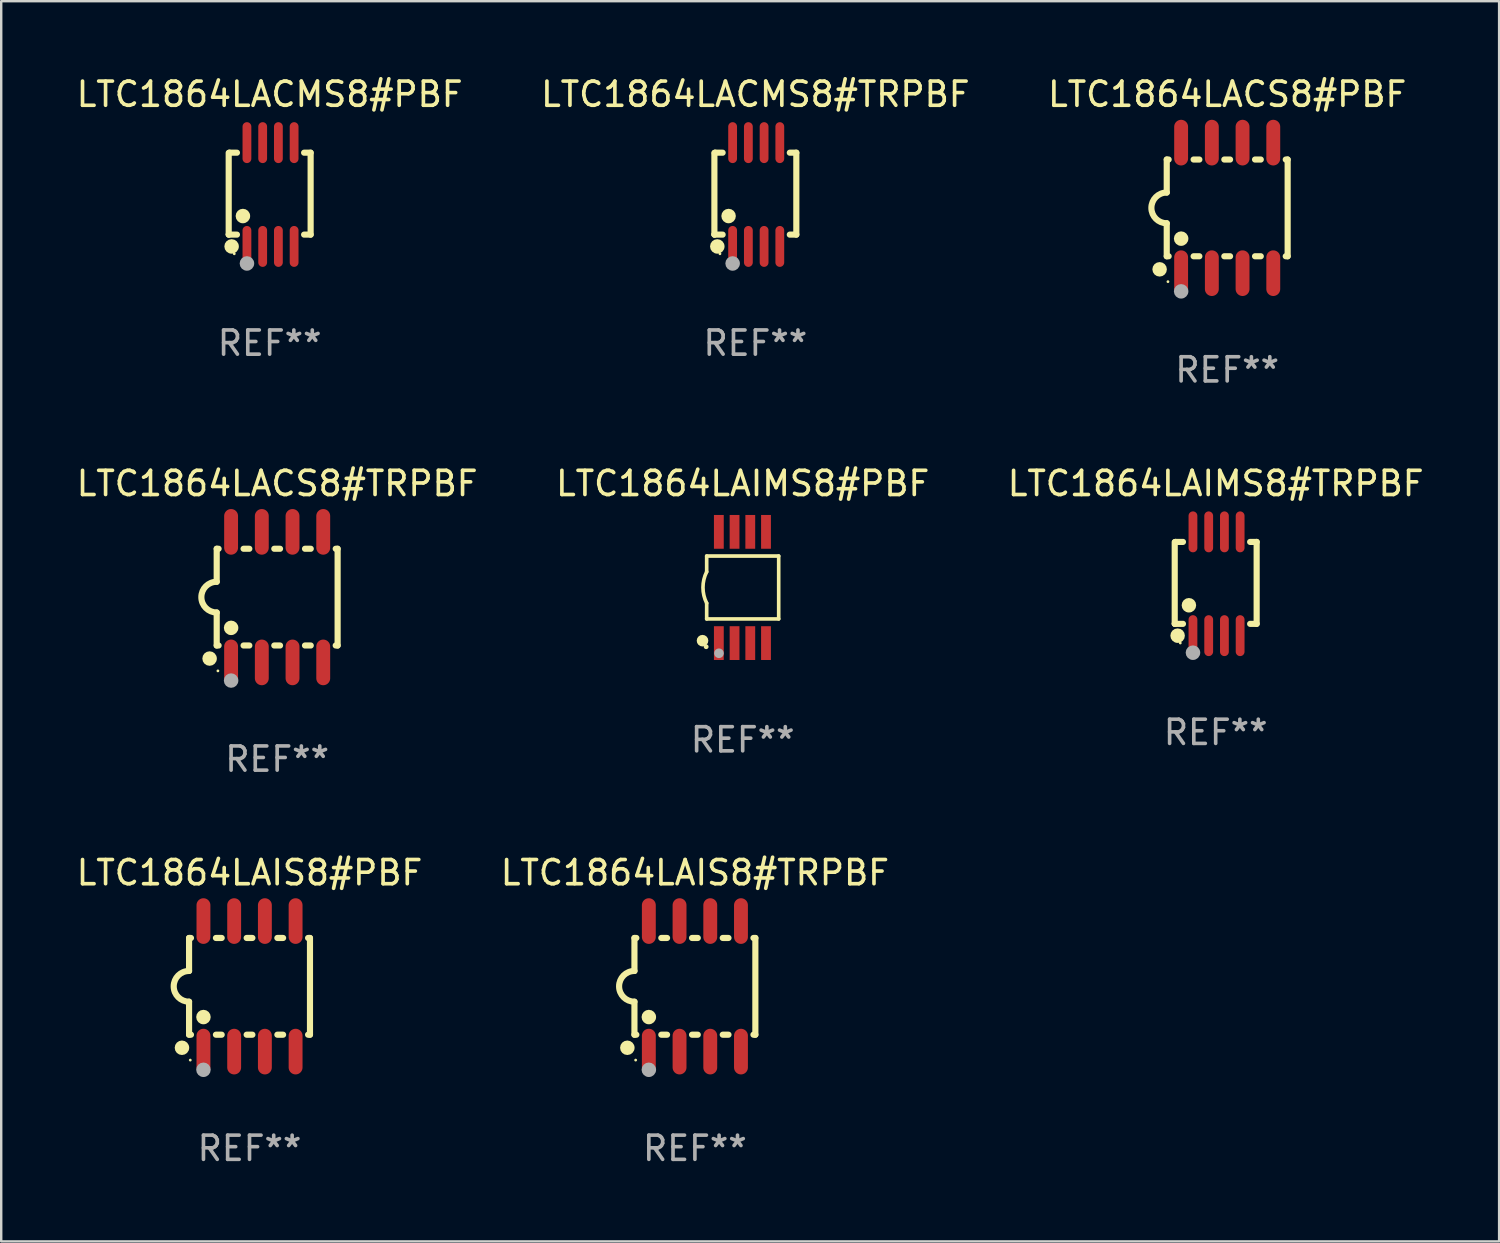
<source format=kicad_pcb>
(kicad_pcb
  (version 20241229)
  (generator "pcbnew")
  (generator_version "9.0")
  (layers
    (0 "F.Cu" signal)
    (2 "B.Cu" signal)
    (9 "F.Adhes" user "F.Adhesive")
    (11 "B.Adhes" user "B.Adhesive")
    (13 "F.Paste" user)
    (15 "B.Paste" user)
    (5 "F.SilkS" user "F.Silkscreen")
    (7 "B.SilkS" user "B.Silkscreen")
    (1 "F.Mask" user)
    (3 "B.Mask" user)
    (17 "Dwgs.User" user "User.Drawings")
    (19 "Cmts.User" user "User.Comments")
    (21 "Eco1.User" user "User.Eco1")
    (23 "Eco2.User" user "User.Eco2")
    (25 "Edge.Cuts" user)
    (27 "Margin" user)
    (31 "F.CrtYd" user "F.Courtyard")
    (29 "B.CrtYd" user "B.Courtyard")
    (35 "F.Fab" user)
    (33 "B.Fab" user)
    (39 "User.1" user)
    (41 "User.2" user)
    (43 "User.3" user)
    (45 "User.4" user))
  (footprint "LTC1864LAIMS8#PBF"
    (layer "F.Cu")
    (at 27.661 21.243)
    (property "Reference" "LTC1864LAIMS8#PBF" (at 0 -4.3 0) (layer "F.SilkS") (effects (font (size 1 1) (thickness 0.15))))
    (attr through_hole)
    (fp_line (start -1.489 -1.3) (end -1.489 -0.648) (stroke (width 0.15) (type solid)) (layer "F.SilkS"))
    (fp_line (start -1.489 0.648) (end -1.489 1.3) (stroke (width 0.15) (type solid)) (layer "F.SilkS"))
    (fp_line (start -1.489 1.3) (end 1.489 1.3) (stroke (width 0.15) (type solid)) (layer "F.SilkS"))
    (fp_line (start 1.489 -1.3) (end -1.489 -1.3) (stroke (width 0.15) (type solid)) (layer "F.SilkS"))
    (fp_line (start 1.489 1.3) (end 1.489 -1.3) (stroke (width 0.15) (type solid)) (layer "F.SilkS"))
    (fp_arc (start -1.489205 0.647702) (mid -1.642107 0) (end -1.489205 -0.647701) (stroke (width 0.150013) (type solid)) (layer "F.SilkS"))
    (fp_circle (center -1.661 2.2) (end -1.541 2.2) (stroke (width 0.24) (type solid)) (fill no) (layer "F.SilkS"))
    (fp_circle (center -1.511 2.45) (end -1.461 2.45) (stroke (width 0.1) (type solid)) (fill no) (layer "F.SilkS"))
    (fp_circle (center -0.981 2.72) (end -0.881 2.72) (stroke (width 0.2) (type solid)) (fill no) (layer "F.Fab"))
    (fp_text user "REF**" (at 0 6.3 0) (layer "F.Fab") (effects (font (size 1 1) (thickness 0.15))))
    (pad "1" smd rect (at -0.986 2.3) (size 0.406 1.397) (layers "F.Cu" "F.Mask" "F.Paste"))
    (pad "2" smd rect (at -0.336 2.3) (size 0.406 1.397) (layers "F.Cu" "F.Mask" "F.Paste"))
    (pad "3" smd rect (at 0.314 2.3) (size 0.406 1.397) (layers "F.Cu" "F.Mask" "F.Paste"))
    (pad "4" smd rect (at 0.964 2.3) (size 0.406 1.397) (layers "F.Cu" "F.Mask" "F.Paste"))
    (pad "5" smd rect (at 0.964 -2.3) (size 0.406 1.397) (layers "F.Cu" "F.Mask" "F.Paste"))
    (pad "6" smd rect (at 0.314 -2.3) (size 0.406 1.397) (layers "F.Cu" "F.Mask" "F.Paste"))
    (pad "7" smd rect (at -0.336 -2.3) (size 0.406 1.397) (layers "F.Cu" "F.Mask" "F.Paste"))
    (pad "8" smd rect (at -0.986 -2.3) (size 0.406 1.397) (layers "F.Cu" "F.Mask" "F.Paste")))
  (footprint "LTC1864LAIS8#TRPBF"
    (layer "F.Cu")
    (at 25.685 37.736)
    (property "Reference" "LTC1864LAIS8#TRPBF" (at 0 -4.699 0) (layer "F.SilkS") (effects (font (size 1 1) (thickness 0.15))))
    (attr through_hole)
    (fp_line (start -2.5 -2) (end -2.5 -0.635) (stroke (width 0.254) (type solid)) (layer "F.SilkS"))
    (fp_line (start -2.5 -2) (end -2.421 -2) (stroke (width 0.254) (type solid)) (layer "F.SilkS"))
    (fp_line (start -2.5 2) (end -2.5 0.635) (stroke (width 0.254) (type solid)) (layer "F.SilkS"))
    (fp_line (start -2.5 2) (end -2.421 2) (stroke (width 0.254) (type solid)) (layer "F.SilkS"))
    (fp_line (start -1.389 -2) (end -1.151 -2) (stroke (width 0.254) (type solid)) (layer "F.SilkS"))
    (fp_line (start -1.389 2) (end -1.151 2) (stroke (width 0.254) (type solid)) (layer "F.SilkS"))
    (fp_line (start -0.119 -2) (end 0.119 -2) (stroke (width 0.254) (type solid)) (layer "F.SilkS"))
    (fp_line (start -0.119 2) (end 0.119 2) (stroke (width 0.254) (type solid)) (layer "F.SilkS"))
    (fp_line (start 1.151 -2) (end 1.389 -2) (stroke (width 0.254) (type solid)) (layer "F.SilkS"))
    (fp_line (start 1.151 2) (end 1.389 2) (stroke (width 0.254) (type solid)) (layer "F.SilkS"))
    (fp_line (start 2.421 -2) (end 2.5 -2) (stroke (width 0.254) (type solid)) (layer "F.SilkS"))
    (fp_line (start 2.421 2) (end 2.5 2) (stroke (width 0.254) (type solid)) (layer "F.SilkS"))
    (fp_line (start 2.5 -2) (end 2.5 2) (stroke (width 0.254) (type solid)) (layer "F.SilkS"))
    (fp_arc (start -2.5 0.635001) (mid -3.134366 -0.000318) (end -2.499365 -0.635001) (stroke (width 0.254001) (type solid)) (layer "F.SilkS"))
    (fp_circle (center -2.794 2.54) (end -2.644 2.54) (stroke (width 0.3) (type solid)) (fill no) (layer "F.SilkS"))
    (fp_circle (center -2.45 3.05) (end -2.42 3.05) (stroke (width 0.06) (type solid)) (fill no) (layer "F.SilkS"))
    (fp_circle (center -1.905 1.27) (end -1.755 1.27) (stroke (width 0.3) (type solid)) (fill no) (layer "F.SilkS"))
    (fp_circle (center -1.905 3.45) (end -1.755 3.45) (stroke (width 0.3) (type solid)) (fill no) (layer "F.Fab"))
    (fp_text user "REF**" (at 0 6.699 0) (layer "F.Fab") (effects (font (size 1 1) (thickness 0.15))))
    (pad "1" smd oval (at -1.905 2.699) (size 0.574 1.888) (layers "F.Cu" "F.Mask" "F.Paste"))
    (pad "2" smd oval (at -0.635 2.699) (size 0.574 1.888) (layers "F.Cu" "F.Mask" "F.Paste"))
    (pad "3" smd oval (at 0.635 2.699) (size 0.574 1.888) (layers "F.Cu" "F.Mask" "F.Paste"))
    (pad "4" smd oval (at 1.905 2.699) (size 0.574 1.888) (layers "F.Cu" "F.Mask" "F.Paste"))
    (pad "5" smd oval (at 1.905 -2.699) (size 0.574 1.888) (layers "F.Cu" "F.Mask" "F.Paste"))
    (pad "6" smd oval (at 0.635 -2.699) (size 0.574 1.888) (layers "F.Cu" "F.Mask" "F.Paste"))
    (pad "7" smd oval (at -0.635 -2.699) (size 0.574 1.888) (layers "F.Cu" "F.Mask" "F.Paste"))
    (pad "8" smd oval (at -1.905 -2.699) (size 0.574 1.888) (layers "F.Cu" "F.Mask" "F.Paste")))
  (footprint "LTC1864LAIS8#PBF"
    (layer "F.Cu")
    (at 7.268 37.736)
    (property "Reference" "LTC1864LAIS8#PBF" (at 0 -4.699 0) (layer "F.SilkS") (effects (font (size 1 1) (thickness 0.15))))
    (attr through_hole)
    (fp_line (start -2.5 -2) (end -2.5 -0.635) (stroke (width 0.254) (type solid)) (layer "F.SilkS"))
    (fp_line (start -2.5 -2) (end -2.421 -2) (stroke (width 0.254) (type solid)) (layer "F.SilkS"))
    (fp_line (start -2.5 2) (end -2.5 0.635) (stroke (width 0.254) (type solid)) (layer "F.SilkS"))
    (fp_line (start -2.5 2) (end -2.421 2) (stroke (width 0.254) (type solid)) (layer "F.SilkS"))
    (fp_line (start -1.389 -2) (end -1.151 -2) (stroke (width 0.254) (type solid)) (layer "F.SilkS"))
    (fp_line (start -1.389 2) (end -1.151 2) (stroke (width 0.254) (type solid)) (layer "F.SilkS"))
    (fp_line (start -0.119 -2) (end 0.119 -2) (stroke (width 0.254) (type solid)) (layer "F.SilkS"))
    (fp_line (start -0.119 2) (end 0.119 2) (stroke (width 0.254) (type solid)) (layer "F.SilkS"))
    (fp_line (start 1.151 -2) (end 1.389 -2) (stroke (width 0.254) (type solid)) (layer "F.SilkS"))
    (fp_line (start 1.151 2) (end 1.389 2) (stroke (width 0.254) (type solid)) (layer "F.SilkS"))
    (fp_line (start 2.421 -2) (end 2.5 -2) (stroke (width 0.254) (type solid)) (layer "F.SilkS"))
    (fp_line (start 2.421 2) (end 2.5 2) (stroke (width 0.254) (type solid)) (layer "F.SilkS"))
    (fp_line (start 2.5 -2) (end 2.5 2) (stroke (width 0.254) (type solid)) (layer "F.SilkS"))
    (fp_arc (start -2.5 0.635001) (mid -3.134366 -0.000318) (end -2.499365 -0.635001) (stroke (width 0.254001) (type solid)) (layer "F.SilkS"))
    (fp_circle (center -2.794 2.54) (end -2.644 2.54) (stroke (width 0.3) (type solid)) (fill no) (layer "F.SilkS"))
    (fp_circle (center -2.45 3.05) (end -2.42 3.05) (stroke (width 0.06) (type solid)) (fill no) (layer "F.SilkS"))
    (fp_circle (center -1.905 1.27) (end -1.755 1.27) (stroke (width 0.3) (type solid)) (fill no) (layer "F.SilkS"))
    (fp_circle (center -1.905 3.45) (end -1.755 3.45) (stroke (width 0.3) (type solid)) (fill no) (layer "F.Fab"))
    (fp_text user "REF**" (at 0 6.699 0) (layer "F.Fab") (effects (font (size 1 1) (thickness 0.15))))
    (pad "1" smd oval (at -1.905 2.699) (size 0.574 1.888) (layers "F.Cu" "F.Mask" "F.Paste"))
    (pad "2" smd oval (at -0.635 2.699) (size 0.574 1.888) (layers "F.Cu" "F.Mask" "F.Paste"))
    (pad "3" smd oval (at 0.635 2.699) (size 0.574 1.888) (layers "F.Cu" "F.Mask" "F.Paste"))
    (pad "4" smd oval (at 1.905 2.699) (size 0.574 1.888) (layers "F.Cu" "F.Mask" "F.Paste"))
    (pad "5" smd oval (at 1.905 -2.699) (size 0.574 1.888) (layers "F.Cu" "F.Mask" "F.Paste"))
    (pad "6" smd oval (at 0.635 -2.699) (size 0.574 1.888) (layers "F.Cu" "F.Mask" "F.Paste"))
    (pad "7" smd oval (at -0.635 -2.699) (size 0.574 1.888) (layers "F.Cu" "F.Mask" "F.Paste"))
    (pad "8" smd oval (at -1.905 -2.699) (size 0.574 1.888) (layers "F.Cu" "F.Mask" "F.Paste")))
  (footprint "LTC1864LACMS8#TRPBF"
    (layer "F.Cu")
    (at 28.185 4.994)
    (property "Reference" "LTC1864LACMS8#TRPBF" (at 0 -4.146 0) (layer "F.SilkS") (effects (font (size 1 1) (thickness 0.15))))
    (attr through_hole)
    (fp_line (start -1.694 -1.724) (end -1.694 1.652) (stroke (width 0.254) (type solid)) (layer "F.SilkS"))
    (fp_line (start -1.694 1.652) (end -1.688 1.658) (stroke (width 0.254) (type solid)) (layer "F.SilkS"))
    (fp_line (start -1.688 1.658) (end -1.353 1.658) (stroke (width 0.254) (type solid)) (layer "F.SilkS"))
    (fp_line (start -1.661 -1.73) (end -1.681 -1.71) (stroke (width 0.254) (type solid)) (layer "F.SilkS"))
    (fp_line (start -1.353 -1.73) (end -1.661 -1.73) (stroke (width 0.254) (type solid)) (layer "F.SilkS"))
    (fp_line (start 1.424 1.658) (end 1.694 1.658) (stroke (width 0.254) (type solid)) (layer "F.SilkS"))
    (fp_line (start 1.694 -1.73) (end 1.424 -1.73) (stroke (width 0.254) (type solid)) (layer "F.SilkS"))
    (fp_line (start 1.694 1.658) (end 1.694 -1.73) (stroke (width 0.254) (type solid)) (layer "F.SilkS"))
    (fp_circle (center -1.574 2.146) (end -1.424 2.146) (stroke (width 0.3) (type solid)) (fill no) (layer "F.SilkS"))
    (fp_circle (center -1.464 2.45) (end -1.434 2.45) (stroke (width 0.06) (type solid)) (fill no) (layer "F.SilkS"))
    (fp_circle (center -1.107 0.889) (end -0.957 0.889) (stroke (width 0.3) (type solid)) (fill no) (layer "F.SilkS"))
    (fp_circle (center -0.94 2.85) (end -0.789 2.85) (stroke (width 0.3) (type solid)) (fill no) (layer "F.Fab"))
    (fp_text user "REF**" (at 0 6.146 0) (layer "F.Fab") (effects (font (size 1 1) (thickness 0.15))))
    (pad "1" smd oval (at -0.94 2.146) (size 0.364 1.692) (layers "F.Cu" "F.Mask" "F.Paste"))
    (pad "2" smd oval (at -0.289 2.146) (size 0.364 1.692) (layers "F.Cu" "F.Mask" "F.Paste"))
    (pad "3" smd oval (at 0.361 2.146) (size 0.364 1.692) (layers "F.Cu" "F.Mask" "F.Paste"))
    (pad "4" smd oval (at 1.011 2.146) (size 0.364 1.692) (layers "F.Cu" "F.Mask" "F.Paste"))
    (pad "5" smd oval (at 1.011 -2.146) (size 0.364 1.692) (layers "F.Cu" "F.Mask" "F.Paste"))
    (pad "6" smd oval (at 0.361 -2.146) (size 0.364 1.692) (layers "F.Cu" "F.Mask" "F.Paste"))
    (pad "7" smd oval (at -0.289 -2.146) (size 0.364 1.692) (layers "F.Cu" "F.Mask" "F.Paste"))
    (pad "8" smd oval (at -0.94 -2.146) (size 0.364 1.692) (layers "F.Cu" "F.Mask" "F.Paste")))
  (footprint "LTC1864LACS8#TRPBF"
    (layer "F.Cu")
    (at 8.411 21.642)
    (property "Reference" "LTC1864LACS8#TRPBF" (at 0 -4.699 0) (layer "F.SilkS") (effects (font (size 1 1) (thickness 0.15))))
    (attr through_hole)
    (fp_line (start -2.5 -2) (end -2.5 -0.635) (stroke (width 0.254) (type solid)) (layer "F.SilkS"))
    (fp_line (start -2.5 -2) (end -2.421 -2) (stroke (width 0.254) (type solid)) (layer "F.SilkS"))
    (fp_line (start -2.5 2) (end -2.5 0.635) (stroke (width 0.254) (type solid)) (layer "F.SilkS"))
    (fp_line (start -2.5 2) (end -2.421 2) (stroke (width 0.254) (type solid)) (layer "F.SilkS"))
    (fp_line (start -1.389 -2) (end -1.151 -2) (stroke (width 0.254) (type solid)) (layer "F.SilkS"))
    (fp_line (start -1.389 2) (end -1.151 2) (stroke (width 0.254) (type solid)) (layer "F.SilkS"))
    (fp_line (start -0.119 -2) (end 0.119 -2) (stroke (width 0.254) (type solid)) (layer "F.SilkS"))
    (fp_line (start -0.119 2) (end 0.119 2) (stroke (width 0.254) (type solid)) (layer "F.SilkS"))
    (fp_line (start 1.151 -2) (end 1.389 -2) (stroke (width 0.254) (type solid)) (layer "F.SilkS"))
    (fp_line (start 1.151 2) (end 1.389 2) (stroke (width 0.254) (type solid)) (layer "F.SilkS"))
    (fp_line (start 2.421 -2) (end 2.5 -2) (stroke (width 0.254) (type solid)) (layer "F.SilkS"))
    (fp_line (start 2.421 2) (end 2.5 2) (stroke (width 0.254) (type solid)) (layer "F.SilkS"))
    (fp_line (start 2.5 -2) (end 2.5 2) (stroke (width 0.254) (type solid)) (layer "F.SilkS"))
    (fp_arc (start -2.5 0.635001) (mid -3.134366 -0.000318) (end -2.499365 -0.635001) (stroke (width 0.254001) (type solid)) (layer "F.SilkS"))
    (fp_circle (center -2.794 2.54) (end -2.644 2.54) (stroke (width 0.3) (type solid)) (fill no) (layer "F.SilkS"))
    (fp_circle (center -2.45 3.05) (end -2.42 3.05) (stroke (width 0.06) (type solid)) (fill no) (layer "F.SilkS"))
    (fp_circle (center -1.905 1.27) (end -1.755 1.27) (stroke (width 0.3) (type solid)) (fill no) (layer "F.SilkS"))
    (fp_circle (center -1.905 3.45) (end -1.755 3.45) (stroke (width 0.3) (type solid)) (fill no) (layer "F.Fab"))
    (fp_text user "REF**" (at 0 6.699 0) (layer "F.Fab") (effects (font (size 1 1) (thickness 0.15))))
    (pad "1" smd oval (at -1.905 2.699) (size 0.574 1.888) (layers "F.Cu" "F.Mask" "F.Paste"))
    (pad "2" smd oval (at -0.635 2.699) (size 0.574 1.888) (layers "F.Cu" "F.Mask" "F.Paste"))
    (pad "3" smd oval (at 0.635 2.699) (size 0.574 1.888) (layers "F.Cu" "F.Mask" "F.Paste"))
    (pad "4" smd oval (at 1.905 2.699) (size 0.574 1.888) (layers "F.Cu" "F.Mask" "F.Paste"))
    (pad "5" smd oval (at 1.905 -2.699) (size 0.574 1.888) (layers "F.Cu" "F.Mask" "F.Paste"))
    (pad "6" smd oval (at 0.635 -2.699) (size 0.574 1.888) (layers "F.Cu" "F.Mask" "F.Paste"))
    (pad "7" smd oval (at -0.635 -2.699) (size 0.574 1.888) (layers "F.Cu" "F.Mask" "F.Paste"))
    (pad "8" smd oval (at -1.905 -2.699) (size 0.574 1.888) (layers "F.Cu" "F.Mask" "F.Paste")))
  (footprint "LTC1864LACMS8#PBF"
    (layer "F.Cu")
    (at 8.101 4.994)
    (property "Reference" "LTC1864LACMS8#PBF" (at 0 -4.146 0) (layer "F.SilkS") (effects (font (size 1 1) (thickness 0.15))))
    (attr through_hole)
    (fp_line (start -1.694 -1.724) (end -1.694 1.652) (stroke (width 0.254) (type solid)) (layer "F.SilkS"))
    (fp_line (start -1.694 1.652) (end -1.688 1.658) (stroke (width 0.254) (type solid)) (layer "F.SilkS"))
    (fp_line (start -1.688 1.658) (end -1.353 1.658) (stroke (width 0.254) (type solid)) (layer "F.SilkS"))
    (fp_line (start -1.661 -1.73) (end -1.681 -1.71) (stroke (width 0.254) (type solid)) (layer "F.SilkS"))
    (fp_line (start -1.353 -1.73) (end -1.661 -1.73) (stroke (width 0.254) (type solid)) (layer "F.SilkS"))
    (fp_line (start 1.424 1.658) (end 1.694 1.658) (stroke (width 0.254) (type solid)) (layer "F.SilkS"))
    (fp_line (start 1.694 -1.73) (end 1.424 -1.73) (stroke (width 0.254) (type solid)) (layer "F.SilkS"))
    (fp_line (start 1.694 1.658) (end 1.694 -1.73) (stroke (width 0.254) (type solid)) (layer "F.SilkS"))
    (fp_circle (center -1.574 2.146) (end -1.424 2.146) (stroke (width 0.3) (type solid)) (fill no) (layer "F.SilkS"))
    (fp_circle (center -1.464 2.45) (end -1.434 2.45) (stroke (width 0.06) (type solid)) (fill no) (layer "F.SilkS"))
    (fp_circle (center -1.107 0.889) (end -0.957 0.889) (stroke (width 0.3) (type solid)) (fill no) (layer "F.SilkS"))
    (fp_circle (center -0.94 2.85) (end -0.789 2.85) (stroke (width 0.3) (type solid)) (fill no) (layer "F.Fab"))
    (fp_text user "REF**" (at 0 6.146 0) (layer "F.Fab") (effects (font (size 1 1) (thickness 0.15))))
    (pad "1" smd oval (at -0.94 2.146) (size 0.364 1.692) (layers "F.Cu" "F.Mask" "F.Paste"))
    (pad "2" smd oval (at -0.289 2.146) (size 0.364 1.692) (layers "F.Cu" "F.Mask" "F.Paste"))
    (pad "3" smd oval (at 0.361 2.146) (size 0.364 1.692) (layers "F.Cu" "F.Mask" "F.Paste"))
    (pad "4" smd oval (at 1.011 2.146) (size 0.364 1.692) (layers "F.Cu" "F.Mask" "F.Paste"))
    (pad "5" smd oval (at 1.011 -2.146) (size 0.364 1.692) (layers "F.Cu" "F.Mask" "F.Paste"))
    (pad "6" smd oval (at 0.361 -2.146) (size 0.364 1.692) (layers "F.Cu" "F.Mask" "F.Paste"))
    (pad "7" smd oval (at -0.289 -2.146) (size 0.364 1.692) (layers "F.Cu" "F.Mask" "F.Paste"))
    (pad "8" smd oval (at -0.94 -2.146) (size 0.364 1.692) (layers "F.Cu" "F.Mask" "F.Paste")))
  (footprint "LTC1864LACS8#PBF"
    (layer "F.Cu")
    (at 47.696 5.547)
    (property "Reference" "LTC1864LACS8#PBF" (at 0 -4.699 0) (layer "F.SilkS") (effects (font (size 1 1) (thickness 0.15))))
    (attr through_hole)
    (fp_line (start -2.5 -2) (end -2.5 -0.635) (stroke (width 0.254) (type solid)) (layer "F.SilkS"))
    (fp_line (start -2.5 -2) (end -2.421 -2) (stroke (width 0.254) (type solid)) (layer "F.SilkS"))
    (fp_line (start -2.5 2) (end -2.5 0.635) (stroke (width 0.254) (type solid)) (layer "F.SilkS"))
    (fp_line (start -2.5 2) (end -2.421 2) (stroke (width 0.254) (type solid)) (layer "F.SilkS"))
    (fp_line (start -1.389 -2) (end -1.151 -2) (stroke (width 0.254) (type solid)) (layer "F.SilkS"))
    (fp_line (start -1.389 2) (end -1.151 2) (stroke (width 0.254) (type solid)) (layer "F.SilkS"))
    (fp_line (start -0.119 -2) (end 0.119 -2) (stroke (width 0.254) (type solid)) (layer "F.SilkS"))
    (fp_line (start -0.119 2) (end 0.119 2) (stroke (width 0.254) (type solid)) (layer "F.SilkS"))
    (fp_line (start 1.151 -2) (end 1.389 -2) (stroke (width 0.254) (type solid)) (layer "F.SilkS"))
    (fp_line (start 1.151 2) (end 1.389 2) (stroke (width 0.254) (type solid)) (layer "F.SilkS"))
    (fp_line (start 2.421 -2) (end 2.5 -2) (stroke (width 0.254) (type solid)) (layer "F.SilkS"))
    (fp_line (start 2.421 2) (end 2.5 2) (stroke (width 0.254) (type solid)) (layer "F.SilkS"))
    (fp_line (start 2.5 -2) (end 2.5 2) (stroke (width 0.254) (type solid)) (layer "F.SilkS"))
    (fp_arc (start -2.5 0.635001) (mid -3.134366 -0.000318) (end -2.499365 -0.635001) (stroke (width 0.254001) (type solid)) (layer "F.SilkS"))
    (fp_circle (center -2.794 2.54) (end -2.644 2.54) (stroke (width 0.3) (type solid)) (fill no) (layer "F.SilkS"))
    (fp_circle (center -2.45 3.05) (end -2.42 3.05) (stroke (width 0.06) (type solid)) (fill no) (layer "F.SilkS"))
    (fp_circle (center -1.905 1.27) (end -1.755 1.27) (stroke (width 0.3) (type solid)) (fill no) (layer "F.SilkS"))
    (fp_circle (center -1.905 3.45) (end -1.755 3.45) (stroke (width 0.3) (type solid)) (fill no) (layer "F.Fab"))
    (fp_text user "REF**" (at 0 6.699 0) (layer "F.Fab") (effects (font (size 1 1) (thickness 0.15))))
    (pad "1" smd oval (at -1.905 2.699) (size 0.574 1.888) (layers "F.Cu" "F.Mask" "F.Paste"))
    (pad "2" smd oval (at -0.635 2.699) (size 0.574 1.888) (layers "F.Cu" "F.Mask" "F.Paste"))
    (pad "3" smd oval (at 0.635 2.699) (size 0.574 1.888) (layers "F.Cu" "F.Mask" "F.Paste"))
    (pad "4" smd oval (at 1.905 2.699) (size 0.574 1.888) (layers "F.Cu" "F.Mask" "F.Paste"))
    (pad "5" smd oval (at 1.905 -2.699) (size 0.574 1.888) (layers "F.Cu" "F.Mask" "F.Paste"))
    (pad "6" smd oval (at 0.635 -2.699) (size 0.574 1.888) (layers "F.Cu" "F.Mask" "F.Paste"))
    (pad "7" smd oval (at -0.635 -2.699) (size 0.574 1.888) (layers "F.Cu" "F.Mask" "F.Paste"))
    (pad "8" smd oval (at -1.905 -2.699) (size 0.574 1.888) (layers "F.Cu" "F.Mask" "F.Paste")))
  (footprint "LTC1864LAIMS8#TRPBF"
    (layer "F.Cu")
    (at 47.22 21.089)
    (property "Reference" "LTC1864LAIMS8#TRPBF" (at 0 -4.146 0) (layer "F.SilkS") (effects (font (size 1 1) (thickness 0.15))))
    (attr through_hole)
    (fp_line (start -1.694 -1.724) (end -1.694 1.652) (stroke (width 0.254) (type solid)) (layer "F.SilkS"))
    (fp_line (start -1.694 1.652) (end -1.688 1.658) (stroke (width 0.254) (type solid)) (layer "F.SilkS"))
    (fp_line (start -1.688 1.658) (end -1.353 1.658) (stroke (width 0.254) (type solid)) (layer "F.SilkS"))
    (fp_line (start -1.661 -1.73) (end -1.681 -1.71) (stroke (width 0.254) (type solid)) (layer "F.SilkS"))
    (fp_line (start -1.353 -1.73) (end -1.661 -1.73) (stroke (width 0.254) (type solid)) (layer "F.SilkS"))
    (fp_line (start 1.424 1.658) (end 1.694 1.658) (stroke (width 0.254) (type solid)) (layer "F.SilkS"))
    (fp_line (start 1.694 -1.73) (end 1.424 -1.73) (stroke (width 0.254) (type solid)) (layer "F.SilkS"))
    (fp_line (start 1.694 1.658) (end 1.694 -1.73) (stroke (width 0.254) (type solid)) (layer "F.SilkS"))
    (fp_circle (center -1.574 2.146) (end -1.424 2.146) (stroke (width 0.3) (type solid)) (fill no) (layer "F.SilkS"))
    (fp_circle (center -1.464 2.45) (end -1.434 2.45) (stroke (width 0.06) (type solid)) (fill no) (layer "F.SilkS"))
    (fp_circle (center -1.107 0.889) (end -0.957 0.889) (stroke (width 0.3) (type solid)) (fill no) (layer "F.SilkS"))
    (fp_circle (center -0.94 2.85) (end -0.789 2.85) (stroke (width 0.3) (type solid)) (fill no) (layer "F.Fab"))
    (fp_text user "REF**" (at 0 6.146 0) (layer "F.Fab") (effects (font (size 1 1) (thickness 0.15))))
    (pad "1" smd oval (at -0.94 2.146) (size 0.364 1.692) (layers "F.Cu" "F.Mask" "F.Paste"))
    (pad "2" smd oval (at -0.289 2.146) (size 0.364 1.692) (layers "F.Cu" "F.Mask" "F.Paste"))
    (pad "3" smd oval (at 0.361 2.146) (size 0.364 1.692) (layers "F.Cu" "F.Mask" "F.Paste"))
    (pad "4" smd oval (at 1.011 2.146) (size 0.364 1.692) (layers "F.Cu" "F.Mask" "F.Paste"))
    (pad "5" smd oval (at 1.011 -2.146) (size 0.364 1.692) (layers "F.Cu" "F.Mask" "F.Paste"))
    (pad "6" smd oval (at 0.361 -2.146) (size 0.364 1.692) (layers "F.Cu" "F.Mask" "F.Paste"))
    (pad "7" smd oval (at -0.289 -2.146) (size 0.364 1.692) (layers "F.Cu" "F.Mask" "F.Paste"))
    (pad "8" smd oval (at -0.94 -2.146) (size 0.364 1.692) (layers "F.Cu" "F.Mask" "F.Paste")))
  (gr_rect
    (start -3 -3)
    (end 58.94 48.284)
    (stroke (width 0.1) (type default))
    (fill no)
    (layer "Edge.Cuts")))
</source>
